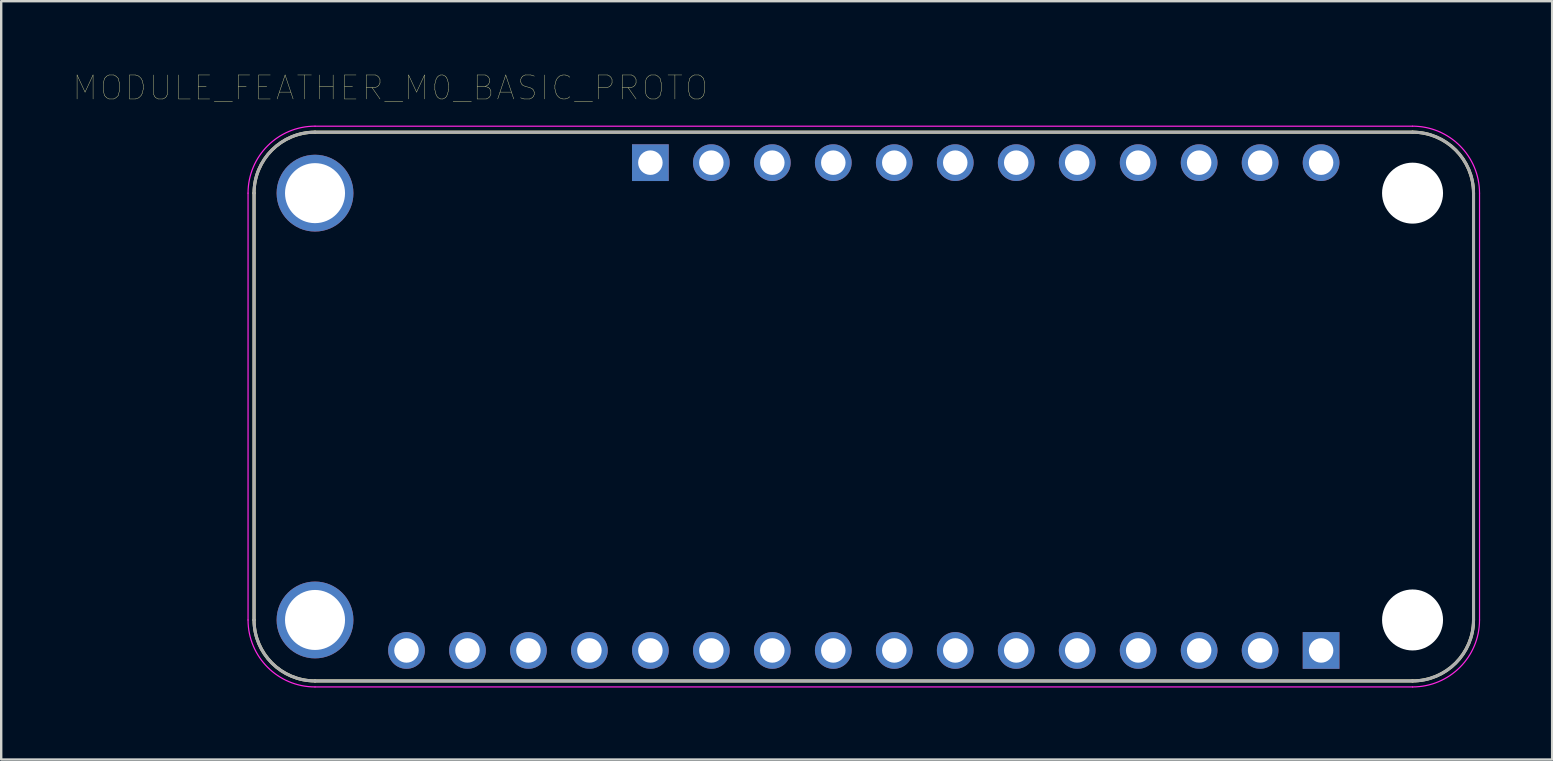
<source format=kicad_pcb>
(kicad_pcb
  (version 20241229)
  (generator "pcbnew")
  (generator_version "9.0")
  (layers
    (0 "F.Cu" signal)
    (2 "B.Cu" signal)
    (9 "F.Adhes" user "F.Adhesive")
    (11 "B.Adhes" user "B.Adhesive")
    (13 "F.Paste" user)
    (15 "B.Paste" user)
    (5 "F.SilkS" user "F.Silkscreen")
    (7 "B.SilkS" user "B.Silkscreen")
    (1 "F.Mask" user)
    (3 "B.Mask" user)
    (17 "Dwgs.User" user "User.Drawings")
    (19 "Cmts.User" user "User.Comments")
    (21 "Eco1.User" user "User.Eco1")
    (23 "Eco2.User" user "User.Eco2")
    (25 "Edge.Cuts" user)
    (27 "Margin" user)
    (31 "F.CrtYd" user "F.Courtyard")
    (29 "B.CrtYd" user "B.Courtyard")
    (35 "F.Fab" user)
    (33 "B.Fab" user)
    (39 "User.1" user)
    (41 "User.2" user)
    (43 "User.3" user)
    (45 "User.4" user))
  (footprint "MODULE_FEATHER_M0_BASIC_PROTO"
    (layer "F.Cu")
    (at 32.933 13.886)
    (property "Reference" "MODULE_FEATHER_M0_BASIC_PROTO" (at -19.725 -13.275 0) (layer "F.SilkS") (effects (font (size 1 1) (thickness 0.015))))
    (attr through_hole)
    (fp_line (start -25.4 8.89) (end -25.4 -8.89) (stroke (width 0.127) (type solid)) (layer "F.SilkS"))
    (fp_line (start -22.86 -11.43) (end 22.86 -11.43) (stroke (width 0.127) (type solid)) (layer "F.SilkS"))
    (fp_line (start 22.86 11.43) (end -22.86 11.43) (stroke (width 0.127) (type solid)) (layer "F.SilkS"))
    (fp_line (start 25.4 -8.89) (end 25.4 8.89) (stroke (width 0.127) (type solid)) (layer "F.SilkS"))
    (fp_arc (start -25.4 -8.89) (mid -24.656051 -10.686051) (end -22.86 -11.43) (stroke (width 0.127) (type solid)) (layer "F.SilkS"))
    (fp_arc (start -22.86 11.43) (mid -24.656051 10.686051) (end -25.4 8.89) (stroke (width 0.127) (type solid)) (layer "F.SilkS"))
    (fp_arc (start 22.86 -11.43) (mid 24.656051 -10.686051) (end 25.4 -8.89) (stroke (width 0.127) (type solid)) (layer "F.SilkS"))
    (fp_arc (start 25.4 8.89) (mid 24.656051 10.686051) (end 22.86 11.43) (stroke (width 0.127) (type solid)) (layer "F.SilkS"))
    (fp_line (start -25.65 -8.89) (end -25.65 8.89) (stroke (width 0.05) (type solid)) (layer "F.CrtYd"))
    (fp_line (start -22.86 11.68) (end 22.86 11.68) (stroke (width 0.05) (type solid)) (layer "F.CrtYd"))
    (fp_line (start 22.86 -11.68) (end -22.86 -11.68) (stroke (width 0.05) (type solid)) (layer "F.CrtYd"))
    (fp_line (start 25.65 8.89) (end 25.65 -8.89) (stroke (width 0.05) (type solid)) (layer "F.CrtYd"))
    (fp_arc (start -25.65 -8.89) (mid -24.832828 -10.862828) (end -22.86 -11.68) (stroke (width 0.05) (type solid)) (layer "F.CrtYd"))
    (fp_arc (start -22.86 11.68) (mid -24.832828 10.862828) (end -25.65 8.89) (stroke (width 0.05) (type solid)) (layer "F.CrtYd"))
    (fp_arc (start 22.86 -11.68) (mid 24.832828 -10.862828) (end 25.65 -8.89) (stroke (width 0.05) (type solid)) (layer "F.CrtYd"))
    (fp_arc (start 25.65 8.89) (mid 24.832828 10.862828) (end 22.86 11.68) (stroke (width 0.05) (type solid)) (layer "F.CrtYd"))
    (fp_line (start -25.4 8.89) (end -25.4 -8.89) (stroke (width 0.127) (type solid)) (layer "F.Fab"))
    (fp_line (start -22.86 -11.43) (end 22.86 -11.43) (stroke (width 0.127) (type solid)) (layer "F.Fab"))
    (fp_line (start 22.86 11.43) (end -22.86 11.43) (stroke (width 0.127) (type solid)) (layer "F.Fab"))
    (fp_line (start 25.4 -8.89) (end 25.4 8.89) (stroke (width 0.127) (type solid)) (layer "F.Fab"))
    (fp_arc (start -25.4 -8.89) (mid -24.656051 -10.686051) (end -22.86 -11.43) (stroke (width 0.127) (type solid)) (layer "F.Fab"))
    (fp_arc (start -22.86 11.43) (mid -24.656051 10.686051) (end -25.4 8.89) (stroke (width 0.127) (type solid)) (layer "F.Fab"))
    (fp_arc (start 22.86 -11.43) (mid 24.656051 -10.686051) (end 25.4 -8.89) (stroke (width 0.127) (type solid)) (layer "F.Fab"))
    (fp_arc (start 25.4 8.89) (mid 24.656051 10.686051) (end 22.86 11.43) (stroke (width 0.127) (type solid)) (layer "F.Fab"))
    (pad "" np_thru_hole circle (at 22.86 -8.89) (size 2.54 2.54) (drill 2.54) (layers "*.Cu" "*.Mask"))
    (pad "" np_thru_hole circle (at 22.86 8.89) (size 2.54 2.54) (drill 2.54) (layers "*.Cu" "*.Mask"))
    (pad "P$1" thru_hole circle (at -22.86 -8.89) (size 3.2 3.2) (drill 2.5) (layers "*.Cu" "*.Mask"))
    (pad "P$2" thru_hole circle (at -22.86 8.89) (size 3.2 3.2) (drill 2.5) (layers "*.Cu" "*.Mask"))
    (pad "P1_1" thru_hole rect (at 19.05 10.16) (size 1.53 1.53) (drill 1.02) (layers "*.Cu" "*.Mask"))
    (pad "P1_2" thru_hole circle (at 16.51 10.16) (size 1.53 1.53) (drill 1.02) (layers "*.Cu" "*.Mask"))
    (pad "P1_3" thru_hole circle (at 13.97 10.16) (size 1.53 1.53) (drill 1.02) (layers "*.Cu" "*.Mask"))
    (pad "P1_4" thru_hole circle (at 11.43 10.16) (size 1.53 1.53) (drill 1.02) (layers "*.Cu" "*.Mask"))
    (pad "P1_5" thru_hole circle (at 8.89 10.16) (size 1.53 1.53) (drill 1.02) (layers "*.Cu" "*.Mask"))
    (pad "P1_6" thru_hole circle (at 6.35 10.16) (size 1.53 1.53) (drill 1.02) (layers "*.Cu" "*.Mask"))
    (pad "P1_7" thru_hole circle (at 3.81 10.16) (size 1.53 1.53) (drill 1.02) (layers "*.Cu" "*.Mask"))
    (pad "P1_8" thru_hole circle (at 1.27 10.16) (size 1.53 1.53) (drill 1.02) (layers "*.Cu" "*.Mask"))
    (pad "P1_9" thru_hole circle (at -1.27 10.16) (size 1.53 1.53) (drill 1.02) (layers "*.Cu" "*.Mask"))
    (pad "P1_10" thru_hole circle (at -3.81 10.16) (size 1.53 1.53) (drill 1.02) (layers "*.Cu" "*.Mask"))
    (pad "P1_11" thru_hole circle (at -6.35 10.16) (size 1.53 1.53) (drill 1.02) (layers "*.Cu" "*.Mask"))
    (pad "P1_12" thru_hole circle (at -8.89 10.16) (size 1.53 1.53) (drill 1.02) (layers "*.Cu" "*.Mask"))
    (pad "P1_13" thru_hole circle (at -11.43 10.16) (size 1.53 1.53) (drill 1.02) (layers "*.Cu" "*.Mask"))
    (pad "P1_14" thru_hole circle (at -13.97 10.16) (size 1.53 1.53) (drill 1.02) (layers "*.Cu" "*.Mask"))
    (pad "P1_15" thru_hole circle (at -16.51 10.16) (size 1.53 1.53) (drill 1.02) (layers "*.Cu" "*.Mask"))
    (pad "P1_16" thru_hole circle (at -19.05 10.16) (size 1.53 1.53) (drill 1.02) (layers "*.Cu" "*.Mask"))
    (pad "P2_1" thru_hole rect (at -8.89 -10.16) (size 1.53 1.53) (drill 1.02) (layers "*.Cu" "*.Mask"))
    (pad "P2_2" thru_hole circle (at -6.35 -10.16) (size 1.53 1.53) (drill 1.02) (layers "*.Cu" "*.Mask"))
    (pad "P2_3" thru_hole circle (at -3.81 -10.16) (size 1.53 1.53) (drill 1.02) (layers "*.Cu" "*.Mask"))
    (pad "P2_4" thru_hole circle (at -1.27 -10.16) (size 1.53 1.53) (drill 1.02) (layers "*.Cu" "*.Mask"))
    (pad "P2_5" thru_hole circle (at 1.27 -10.16) (size 1.53 1.53) (drill 1.02) (layers "*.Cu" "*.Mask"))
    (pad "P2_6" thru_hole circle (at 3.81 -10.16) (size 1.53 1.53) (drill 1.02) (layers "*.Cu" "*.Mask"))
    (pad "P2_7" thru_hole circle (at 6.35 -10.16) (size 1.53 1.53) (drill 1.02) (layers "*.Cu" "*.Mask"))
    (pad "P2_8" thru_hole circle (at 8.89 -10.16) (size 1.53 1.53) (drill 1.02) (layers "*.Cu" "*.Mask"))
    (pad "P2_9" thru_hole circle (at 11.43 -10.16) (size 1.53 1.53) (drill 1.02) (layers "*.Cu" "*.Mask"))
    (pad "P2_10" thru_hole circle (at 13.97 -10.16) (size 1.53 1.53) (drill 1.02) (layers "*.Cu" "*.Mask"))
    (pad "P2_11" thru_hole circle (at 16.51 -10.16) (size 1.53 1.53) (drill 1.02) (layers "*.Cu" "*.Mask"))
    (pad "P2_12" thru_hole circle (at 19.05 -10.16) (size 1.53 1.53) (drill 1.02) (layers "*.Cu" "*.Mask")))
  (gr_rect
    (start -3 -3)
    (end 61.608 28.591)
    (stroke (width 0.1) (type default))
    (fill no)
    (layer "Edge.Cuts")))
</source>
